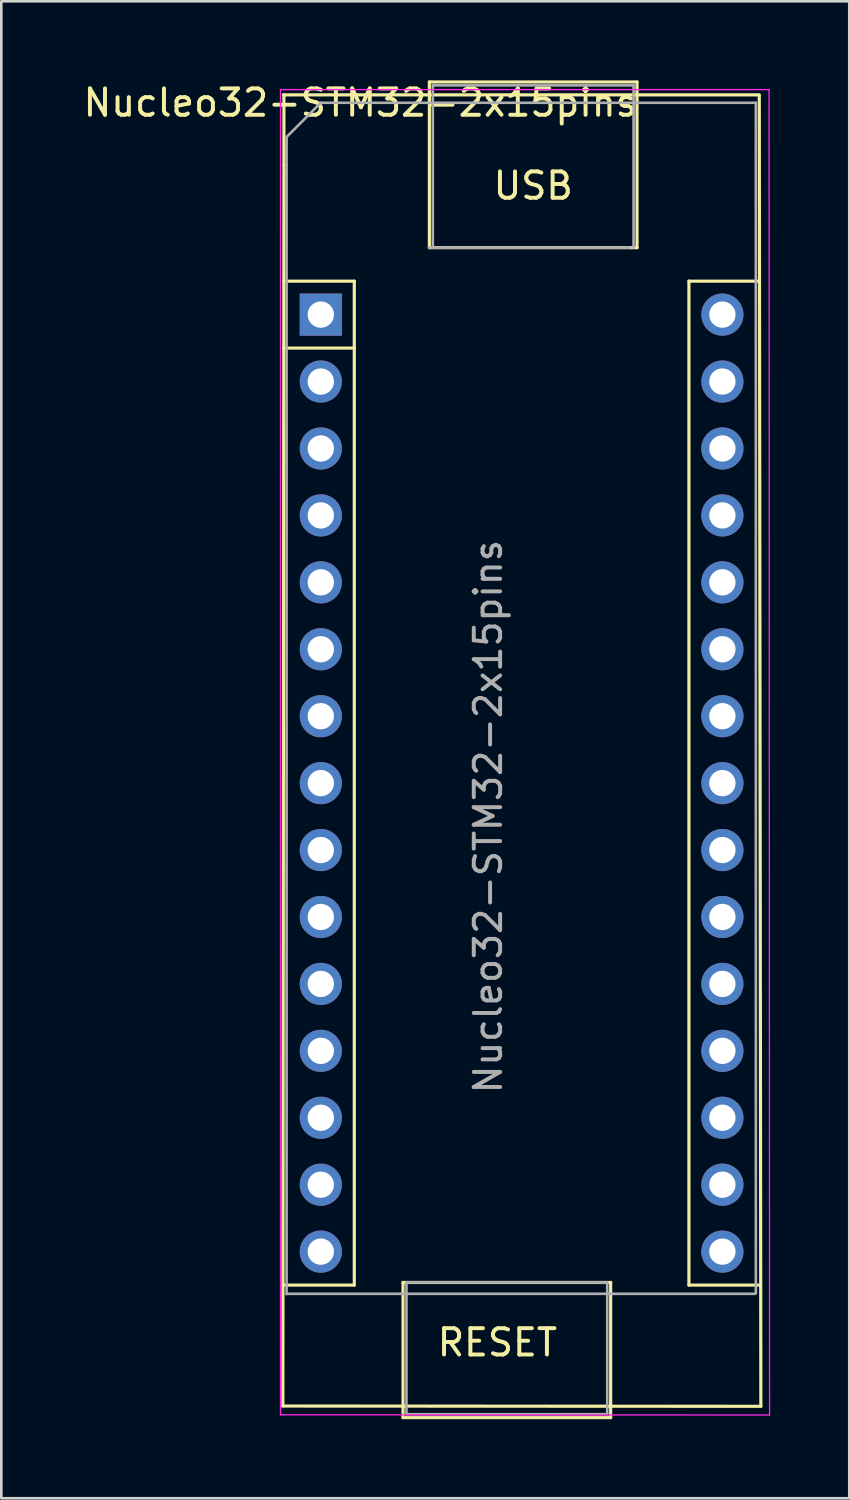
<source format=kicad_pcb>
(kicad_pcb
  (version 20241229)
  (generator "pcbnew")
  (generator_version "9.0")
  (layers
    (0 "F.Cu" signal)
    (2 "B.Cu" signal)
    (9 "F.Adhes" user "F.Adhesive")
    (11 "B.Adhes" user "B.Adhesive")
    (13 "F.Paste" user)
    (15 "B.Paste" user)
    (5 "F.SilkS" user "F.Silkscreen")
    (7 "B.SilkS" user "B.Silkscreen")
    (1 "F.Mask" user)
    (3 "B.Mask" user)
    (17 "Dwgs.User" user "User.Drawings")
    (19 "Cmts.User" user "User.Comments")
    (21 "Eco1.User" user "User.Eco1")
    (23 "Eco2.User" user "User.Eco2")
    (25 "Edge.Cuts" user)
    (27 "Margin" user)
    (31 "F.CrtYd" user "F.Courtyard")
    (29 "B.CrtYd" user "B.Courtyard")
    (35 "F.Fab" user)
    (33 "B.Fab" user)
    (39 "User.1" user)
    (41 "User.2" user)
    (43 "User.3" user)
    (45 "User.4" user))
  (footprint "Nucleo32-STM32-2x15pins"
    (layer "F.Cu")
    (at 9.125 6.35)
    (property "Reference" "Nucleo32-STM32-2x15pins" (at 1.5 -5.5 0) (layer "F.SilkS") (effects (font (size 1 1) (thickness 0.15))))
    (attr through_hole)
    (fp_line (start -1.44 43.96) (end 16.7 43.97) (stroke (width 0.12) (type solid)) (layer "F.SilkS"))
    (fp_line (start -1.4 -5.8) (end -1.4 -3.13) (stroke (width 0.12) (type solid)) (layer "F.SilkS"))
    (fp_line (start -1.4 -3.13) (end -1.44 43.96) (stroke (width 0.12) (type solid)) (layer "F.SilkS"))
    (fp_line (start 1.27 1.27) (end -1.4 1.27) (stroke (width 0.12) (type solid)) (layer "F.SilkS"))
    (fp_line (start 1.27 3.81) (end -1.4 3.81) (stroke (width 0.12) (type solid)) (layer "F.SilkS"))
    (fp_line (start 1.27 3.81) (end 1.27 1.27) (stroke (width 0.12) (type solid)) (layer "F.SilkS"))
    (fp_line (start 1.27 3.81) (end 1.27 39.37) (stroke (width 0.12) (type solid)) (layer "F.SilkS"))
    (fp_line (start 1.27 39.37) (end -1.4 39.37) (stroke (width 0.12) (type solid)) (layer "F.SilkS"))
    (fp_line (start 3.12 39.27) (end 11 39.27) (stroke (width 0.12) (type solid)) (layer "F.SilkS"))
    (fp_line (start 3.12 44.4) (end 3.12 39.27) (stroke (width 0.12) (type solid)) (layer "F.SilkS"))
    (fp_line (start 4.12 -6.29) (end 12 -6.29) (stroke (width 0.12) (type solid)) (layer "F.SilkS"))
    (fp_line (start 4.12 0) (end 4.12 -6.29) (stroke (width 0.12) (type solid)) (layer "F.SilkS"))
    (fp_line (start 11 39.27) (end 11 44.4) (stroke (width 0.12) (type solid)) (layer "F.SilkS"))
    (fp_line (start 11 44.4) (end 3.12 44.4) (stroke (width 0.12) (type solid)) (layer "F.SilkS"))
    (fp_line (start 12 -6.29) (end 12 0) (stroke (width 0.12) (type solid)) (layer "F.SilkS"))
    (fp_line (start 12 0) (end 4.12 0) (stroke (width 0.12) (type solid)) (layer "F.SilkS"))
    (fp_line (start 13.97 1.27) (end 13.97 39.37) (stroke (width 0.12) (type solid)) (layer "F.SilkS"))
    (fp_line (start 13.97 1.27) (end 16.64 1.27) (stroke (width 0.12) (type solid)) (layer "F.SilkS"))
    (fp_line (start 13.97 39.37) (end 16.64 39.37) (stroke (width 0.12) (type solid)) (layer "F.SilkS"))
    (fp_line (start 16.62 -5.8) (end -1.42 -5.8) (stroke (width 0.12) (type solid)) (layer "F.SilkS"))
    (fp_line (start 16.7 43.97) (end 16.64 -5.8) (stroke (width 0.12) (type solid)) (layer "F.SilkS"))
    (fp_line (start -1.53 -6) (end -1.53 44.292) (stroke (width 0.05) (type solid)) (layer "F.CrtYd"))
    (fp_line (start -1.53 -6) (end 17.012 -6) (stroke (width 0.05) (type solid)) (layer "F.CrtYd"))
    (fp_line (start 17.03 44.3) (end -1.53 44.292) (stroke (width 0.05) (type solid)) (layer "F.CrtYd"))
    (fp_line (start 17.03 44.3) (end 17.012 -6) (stroke (width 0.05) (type solid)) (layer "F.CrtYd"))
    (fp_line (start -1.3 39.71) (end -1.3 -4.2) (stroke (width 0.1) (type solid)) (layer "F.Fab"))
    (fp_line (start -1.27 -4.23) (end 0 -5.5) (stroke (width 0.1) (type solid)) (layer "F.Fab"))
    (fp_line (start 0 -5.5) (end 16.51 -5.5) (stroke (width 0.1) (type solid)) (layer "F.Fab"))
    (fp_line (start 3.25 39.27) (end 10.87 39.27) (stroke (width 0.1) (type solid)) (layer "F.Fab"))
    (fp_line (start 3.25 44.27) (end 3.25 39.27) (stroke (width 0.1) (type solid)) (layer "F.Fab"))
    (fp_line (start 4.25 -6.16) (end 11.87 -6.16) (stroke (width 0.1) (type solid)) (layer "F.Fab"))
    (fp_line (start 4.25 0) (end 4.25 -6.16) (stroke (width 0.1) (type solid)) (layer "F.Fab"))
    (fp_line (start 10.87 39.27) (end 10.87 44.27) (stroke (width 0.1) (type solid)) (layer "F.Fab"))
    (fp_line (start 10.87 44.27) (end 3.25 44.27) (stroke (width 0.1) (type solid)) (layer "F.Fab"))
    (fp_line (start 11.74 0) (end 4.12 0) (stroke (width 0.1) (type solid)) (layer "F.Fab"))
    (fp_line (start 11.87 -6.16) (end 11.87 0) (stroke (width 0.1) (type solid)) (layer "F.Fab"))
    (fp_line (start 16.48 39.7) (end -1.3 39.7) (stroke (width 0.1) (type solid)) (layer "F.Fab"))
    (fp_line (start 16.51 -5.5) (end 16.51 39.68) (stroke (width 0.1) (type solid)) (layer "F.Fab"))
    (fp_text user "RESET" (at 6.7 41.55 0) (unlocked yes) (layer "F.SilkS") (effects (font (size 1 1) (thickness 0.15))))
    (fp_text user "USB" (at 8.06 -2.35 0) (unlocked yes) (layer "F.SilkS") (effects (font (size 1 1) (thickness 0.15))))
    (fp_text user "${REFERENCE}" (at 6.35 21.59 90) (layer "F.Fab") (effects (font (size 1 1) (thickness 0.15))))
    (pad "1" thru_hole rect (at 0 2.54) (size 1.6 1.6) (drill 1) (layers "*.Cu" "*.Mask"))
    (pad "2" thru_hole oval (at 0 5.08) (size 1.6 1.6) (drill 1) (layers "*.Cu" "*.Mask"))
    (pad "3" thru_hole oval (at 0 7.62) (size 1.6 1.6) (drill 1) (layers "*.Cu" "*.Mask"))
    (pad "4" thru_hole oval (at 0 10.16) (size 1.6 1.6) (drill 1) (layers "*.Cu" "*.Mask"))
    (pad "5" thru_hole oval (at 0 12.7) (size 1.6 1.6) (drill 1) (layers "*.Cu" "*.Mask"))
    (pad "6" thru_hole oval (at 0 15.24) (size 1.6 1.6) (drill 1) (layers "*.Cu" "*.Mask"))
    (pad "7" thru_hole oval (at 0 17.78) (size 1.6 1.6) (drill 1) (layers "*.Cu" "*.Mask"))
    (pad "8" thru_hole oval (at 0 20.32) (size 1.6 1.6) (drill 1) (layers "*.Cu" "*.Mask"))
    (pad "9" thru_hole oval (at 0 22.86) (size 1.6 1.6) (drill 1) (layers "*.Cu" "*.Mask"))
    (pad "10" thru_hole oval (at 0 25.4) (size 1.6 1.6) (drill 1) (layers "*.Cu" "*.Mask"))
    (pad "11" thru_hole oval (at 0 27.94) (size 1.6 1.6) (drill 1) (layers "*.Cu" "*.Mask"))
    (pad "12" thru_hole oval (at 0 30.48) (size 1.6 1.6) (drill 1) (layers "*.Cu" "*.Mask"))
    (pad "13" thru_hole oval (at 0 33.02) (size 1.6 1.6) (drill 1) (layers "*.Cu" "*.Mask"))
    (pad "14" thru_hole oval (at 0 35.56) (size 1.6 1.6) (drill 1) (layers "*.Cu" "*.Mask"))
    (pad "15" thru_hole oval (at 0 38.1) (size 1.6 1.6) (drill 1) (layers "*.Cu" "*.Mask"))
    (pad "16" thru_hole oval (at 15.24 38.1) (size 1.6 1.6) (drill 1) (layers "*.Cu" "*.Mask"))
    (pad "17" thru_hole oval (at 15.24 35.56) (size 1.6 1.6) (drill 1) (layers "*.Cu" "*.Mask"))
    (pad "18" thru_hole oval (at 15.24 33.02) (size 1.6 1.6) (drill 1) (layers "*.Cu" "*.Mask"))
    (pad "19" thru_hole oval (at 15.24 30.48) (size 1.6 1.6) (drill 1) (layers "*.Cu" "*.Mask"))
    (pad "20" thru_hole oval (at 15.24 27.94) (size 1.6 1.6) (drill 1) (layers "*.Cu" "*.Mask"))
    (pad "21" thru_hole oval (at 15.24 25.4) (size 1.6 1.6) (drill 1) (layers "*.Cu" "*.Mask"))
    (pad "22" thru_hole oval (at 15.24 22.86) (size 1.6 1.6) (drill 1) (layers "*.Cu" "*.Mask"))
    (pad "23" thru_hole oval (at 15.24 20.32) (size 1.6 1.6) (drill 1) (layers "*.Cu" "*.Mask"))
    (pad "24" thru_hole oval (at 15.24 17.78) (size 1.6 1.6) (drill 1) (layers "*.Cu" "*.Mask"))
    (pad "25" thru_hole oval (at 15.24 15.24) (size 1.6 1.6) (drill 1) (layers "*.Cu" "*.Mask"))
    (pad "26" thru_hole oval (at 15.24 12.7) (size 1.6 1.6) (drill 1) (layers "*.Cu" "*.Mask"))
    (pad "27" thru_hole oval (at 15.24 10.16) (size 1.6 1.6) (drill 1) (layers "*.Cu" "*.Mask"))
    (pad "28" thru_hole oval (at 15.24 7.62) (size 1.6 1.6) (drill 1) (layers "*.Cu" "*.Mask"))
    (pad "29" thru_hole oval (at 15.24 5.08) (size 1.6 1.6) (drill 1) (layers "*.Cu" "*.Mask"))
    (pad "30" thru_hole oval (at 15.24 2.54) (size 1.6 1.6) (drill 1) (layers "*.Cu" "*.Mask")))
  (gr_rect
    (start -3 -3)
    (end 29.18 53.81)
    (stroke (width 0.1) (type default))
    (fill no)
    (layer "Edge.Cuts")))
</source>
